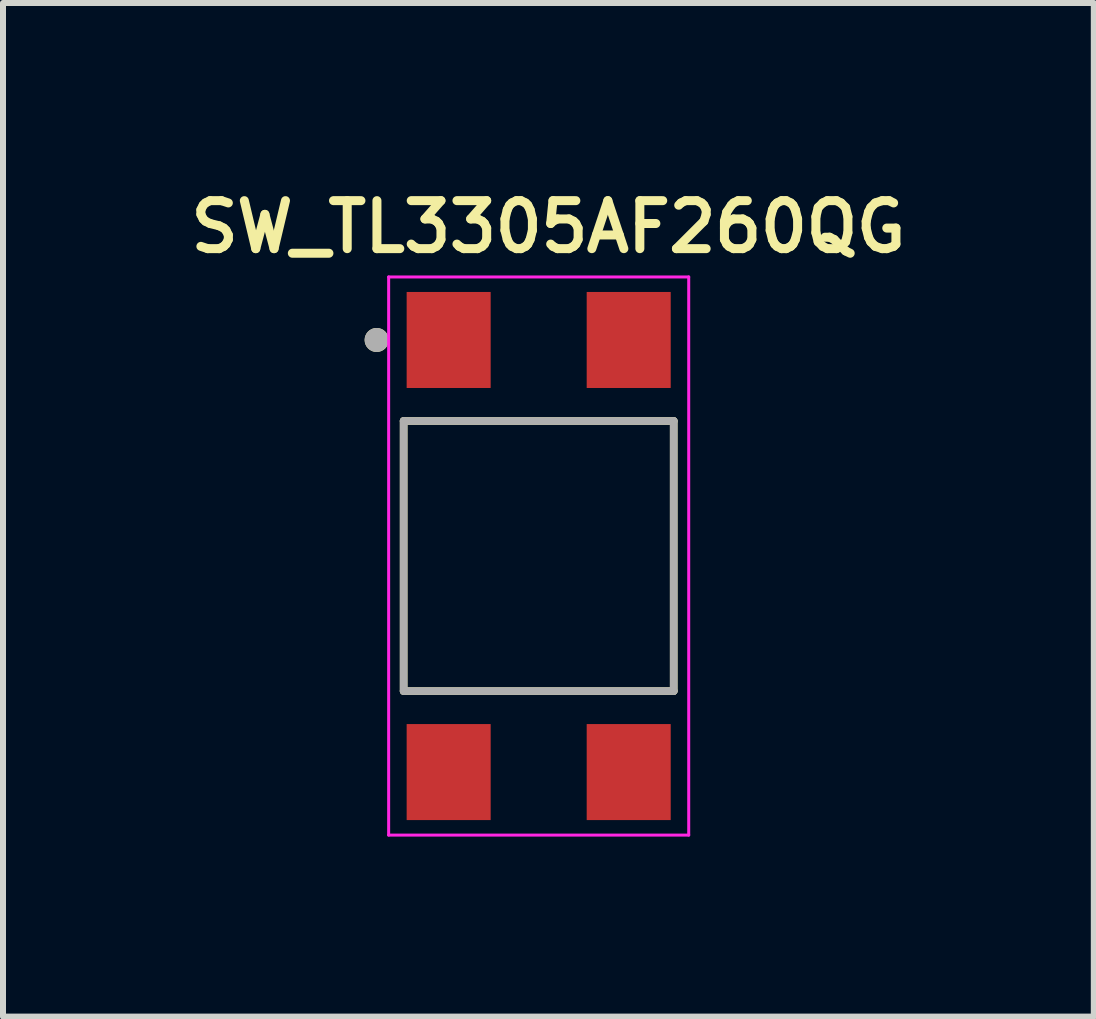
<source format=kicad_pcb>
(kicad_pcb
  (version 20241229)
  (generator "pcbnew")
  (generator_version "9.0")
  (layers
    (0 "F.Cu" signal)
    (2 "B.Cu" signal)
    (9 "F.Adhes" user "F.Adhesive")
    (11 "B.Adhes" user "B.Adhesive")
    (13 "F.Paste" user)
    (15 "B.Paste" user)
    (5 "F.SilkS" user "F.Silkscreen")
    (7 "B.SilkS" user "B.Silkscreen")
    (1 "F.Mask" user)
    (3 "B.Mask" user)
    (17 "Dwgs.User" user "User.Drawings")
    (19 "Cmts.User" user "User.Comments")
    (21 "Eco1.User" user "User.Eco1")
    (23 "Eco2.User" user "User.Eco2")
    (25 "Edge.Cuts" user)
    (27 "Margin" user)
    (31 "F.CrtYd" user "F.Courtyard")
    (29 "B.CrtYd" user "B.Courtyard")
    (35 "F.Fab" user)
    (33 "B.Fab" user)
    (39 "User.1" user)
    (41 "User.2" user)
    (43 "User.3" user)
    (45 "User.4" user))
  (footprint "SW_TL3305AF260QG"
    (layer "F.Cu")
    (at 5.926 6.215)
    (property "Reference" "SW_TL3305AF260QG" (at 0.162 -5.484 0) (layer "F.SilkS") (effects (font (size 0.8 0.8) (thickness 0.15))))
    (attr through_hole)
    (fp_line (start -2.25 -2.25) (end -2.25 2.25) (stroke (width 0.127) (type solid)) (layer "F.SilkS"))
    (fp_line (start -2.25 -2.25) (end 2.25 -2.25) (stroke (width 0.127) (type solid)) (layer "F.SilkS"))
    (fp_line (start 2.25 2.25) (end -2.25 2.25) (stroke (width 0.127) (type solid)) (layer "F.SilkS"))
    (fp_line (start 2.25 2.25) (end 2.25 -2.25) (stroke (width 0.127) (type solid)) (layer "F.SilkS"))
    (fp_circle (center -2.7 -3.6) (end -2.6 -3.6) (stroke (width 0.2) (type solid)) (fill no) (layer "F.SilkS"))
    (fp_line (start -2.5 -4.65) (end -2.5 4.65) (stroke (width 0.05) (type solid)) (layer "F.CrtYd"))
    (fp_line (start -2.5 -4.65) (end 2.5 -4.65) (stroke (width 0.05) (type solid)) (layer "F.CrtYd"))
    (fp_line (start 2.5 4.65) (end -2.5 4.65) (stroke (width 0.05) (type solid)) (layer "F.CrtYd"))
    (fp_line (start 2.5 4.65) (end 2.5 -4.65) (stroke (width 0.05) (type solid)) (layer "F.CrtYd"))
    (fp_line (start -2.25 -2.25) (end -2.25 2.25) (stroke (width 0.127) (type solid)) (layer "F.Fab"))
    (fp_line (start -2.25 -2.25) (end 2.25 -2.25) (stroke (width 0.127) (type solid)) (layer "F.Fab"))
    (fp_line (start 2.25 2.25) (end -2.25 2.25) (stroke (width 0.127) (type solid)) (layer "F.Fab"))
    (fp_line (start 2.25 2.25) (end 2.25 -2.25) (stroke (width 0.127) (type solid)) (layer "F.Fab"))
    (fp_circle (center -2.7 -3.6) (end -2.6 -3.6) (stroke (width 0.2) (type solid)) (fill no) (layer "F.Fab"))
    (pad "1" smd rect (at -1.5 -3.6) (size 1.4 1.6) (layers "F.Cu" "F.Mask" "F.Paste"))
    (pad "2" smd rect (at -1.5 3.6) (size 1.4 1.6) (layers "F.Cu" "F.Mask" "F.Paste"))
    (pad "3" smd rect (at 1.5 -3.6) (size 1.4 1.6) (layers "F.Cu" "F.Mask" "F.Paste"))
    (pad "4" smd rect (at 1.5 3.6) (size 1.4 1.6) (layers "F.Cu" "F.Mask" "F.Paste")))
  (gr_rect
    (start -3 -3)
    (end 15.176 13.89)
    (stroke (width 0.1) (type default))
    (fill no)
    (layer "Edge.Cuts")))
</source>
